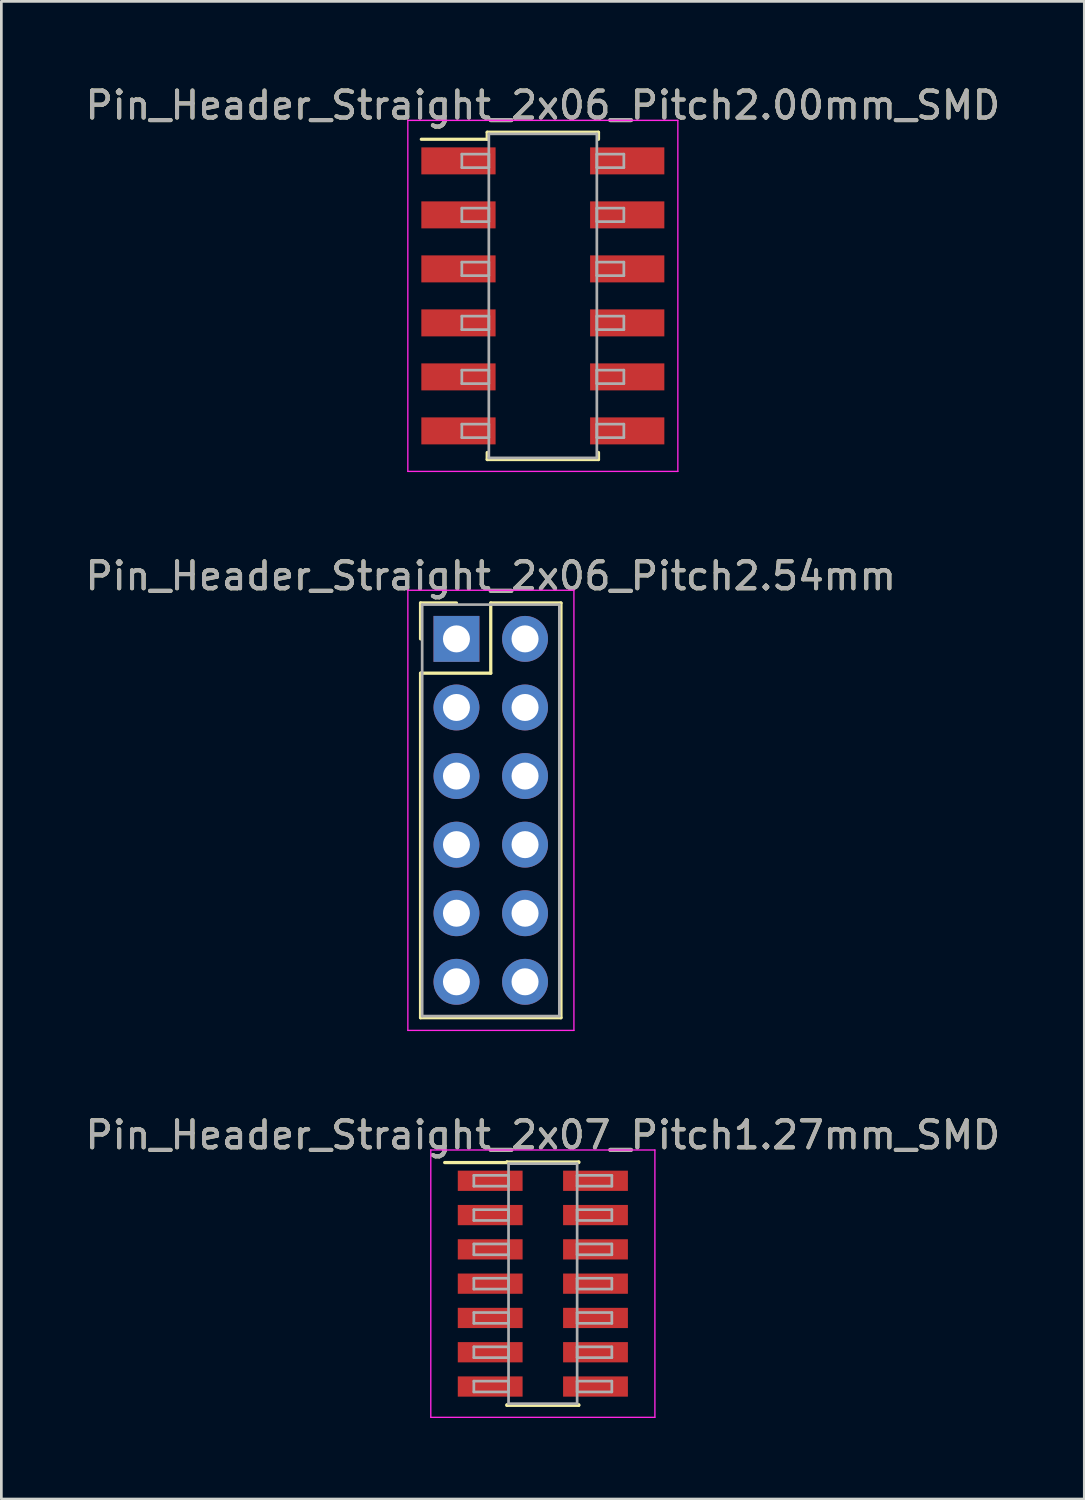
<source format=kicad_pcb>
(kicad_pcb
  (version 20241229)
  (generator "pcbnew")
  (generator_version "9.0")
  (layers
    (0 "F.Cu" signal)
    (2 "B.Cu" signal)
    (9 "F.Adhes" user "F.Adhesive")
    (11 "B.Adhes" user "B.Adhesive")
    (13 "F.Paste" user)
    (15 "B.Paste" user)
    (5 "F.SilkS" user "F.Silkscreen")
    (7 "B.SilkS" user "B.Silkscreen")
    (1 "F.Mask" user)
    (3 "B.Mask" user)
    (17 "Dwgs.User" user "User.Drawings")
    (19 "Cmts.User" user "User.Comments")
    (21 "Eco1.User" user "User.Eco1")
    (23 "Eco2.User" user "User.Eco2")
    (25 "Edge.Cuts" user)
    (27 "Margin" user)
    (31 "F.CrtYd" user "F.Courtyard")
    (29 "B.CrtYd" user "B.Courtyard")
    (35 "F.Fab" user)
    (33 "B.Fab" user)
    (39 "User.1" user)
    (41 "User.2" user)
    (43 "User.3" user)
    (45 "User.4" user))
  (footprint "Pin_Header_Straight_2x07_Pitch1.27mm_SMD"
    (layer "F.Cu")
    (at 17.054 44.49)
    (property "Reference" "Pin_Header_Straight_2x07_Pitch1.27mm_SMD" (at 0 -5.505 0) (layer "F.SilkS") (effects (font (size 1 1) (thickness 0.15))))
    (attr smd)
    (fp_line (start -3.635 -4.485) (end -1.33 -4.485) (stroke (width 0.12) (type solid)) (layer "F.SilkS"))
    (fp_line (start -1.33 -4.505) (end 1.33 -4.505) (stroke (width 0.12) (type solid)) (layer "F.SilkS"))
    (fp_line (start -1.33 -4.485) (end -1.33 -4.505) (stroke (width 0.12) (type solid)) (layer "F.SilkS"))
    (fp_line (start -1.33 4.485) (end -1.33 4.505) (stroke (width 0.12) (type solid)) (layer "F.SilkS"))
    (fp_line (start -1.33 4.505) (end 1.33 4.505) (stroke (width 0.12) (type solid)) (layer "F.SilkS"))
    (fp_line (start 1.33 -4.505) (end 1.33 -4.485) (stroke (width 0.12) (type solid)) (layer "F.SilkS"))
    (fp_line (start 1.33 4.505) (end 1.33 4.485) (stroke (width 0.12) (type solid)) (layer "F.SilkS"))
    (fp_line (start -4.15 -4.95) (end -4.15 4.95) (stroke (width 0.05) (type solid)) (layer "F.CrtYd"))
    (fp_line (start -4.15 4.95) (end 4.15 4.95) (stroke (width 0.05) (type solid)) (layer "F.CrtYd"))
    (fp_line (start 4.15 -4.95) (end -4.15 -4.95) (stroke (width 0.05) (type solid)) (layer "F.CrtYd"))
    (fp_line (start 4.15 4.95) (end 4.15 -4.95) (stroke (width 0.05) (type solid)) (layer "F.CrtYd"))
    (fp_line (start -2.555 -4.01) (end -1.27 -4.01) (stroke (width 0.1) (type solid)) (layer "F.Fab"))
    (fp_line (start -2.555 -3.61) (end -2.555 -4.01) (stroke (width 0.1) (type solid)) (layer "F.Fab"))
    (fp_line (start -2.555 -2.74) (end -1.27 -2.74) (stroke (width 0.1) (type solid)) (layer "F.Fab"))
    (fp_line (start -2.555 -2.34) (end -2.555 -2.74) (stroke (width 0.1) (type solid)) (layer "F.Fab"))
    (fp_line (start -2.555 -1.47) (end -1.27 -1.47) (stroke (width 0.1) (type solid)) (layer "F.Fab"))
    (fp_line (start -2.555 -1.07) (end -2.555 -1.47) (stroke (width 0.1) (type solid)) (layer "F.Fab"))
    (fp_line (start -2.555 -0.2) (end -1.27 -0.2) (stroke (width 0.1) (type solid)) (layer "F.Fab"))
    (fp_line (start -2.555 0.2) (end -2.555 -0.2) (stroke (width 0.1) (type solid)) (layer "F.Fab"))
    (fp_line (start -2.555 1.07) (end -1.27 1.07) (stroke (width 0.1) (type solid)) (layer "F.Fab"))
    (fp_line (start -2.555 1.47) (end -2.555 1.07) (stroke (width 0.1) (type solid)) (layer "F.Fab"))
    (fp_line (start -2.555 2.34) (end -1.27 2.34) (stroke (width 0.1) (type solid)) (layer "F.Fab"))
    (fp_line (start -2.555 2.74) (end -2.555 2.34) (stroke (width 0.1) (type solid)) (layer "F.Fab"))
    (fp_line (start -2.555 3.61) (end -1.27 3.61) (stroke (width 0.1) (type solid)) (layer "F.Fab"))
    (fp_line (start -2.555 4.01) (end -2.555 3.61) (stroke (width 0.1) (type solid)) (layer "F.Fab"))
    (fp_line (start -1.27 -4.445) (end -1.27 4.445) (stroke (width 0.1) (type solid)) (layer "F.Fab"))
    (fp_line (start -1.27 -4.01) (end -1.27 -3.61) (stroke (width 0.1) (type solid)) (layer "F.Fab"))
    (fp_line (start -1.27 -3.61) (end -2.555 -3.61) (stroke (width 0.1) (type solid)) (layer "F.Fab"))
    (fp_line (start -1.27 -2.74) (end -1.27 -2.34) (stroke (width 0.1) (type solid)) (layer "F.Fab"))
    (fp_line (start -1.27 -2.34) (end -2.555 -2.34) (stroke (width 0.1) (type solid)) (layer "F.Fab"))
    (fp_line (start -1.27 -1.47) (end -1.27 -1.07) (stroke (width 0.1) (type solid)) (layer "F.Fab"))
    (fp_line (start -1.27 -1.07) (end -2.555 -1.07) (stroke (width 0.1) (type solid)) (layer "F.Fab"))
    (fp_line (start -1.27 -0.2) (end -1.27 0.2) (stroke (width 0.1) (type solid)) (layer "F.Fab"))
    (fp_line (start -1.27 0.2) (end -2.555 0.2) (stroke (width 0.1) (type solid)) (layer "F.Fab"))
    (fp_line (start -1.27 1.07) (end -1.27 1.47) (stroke (width 0.1) (type solid)) (layer "F.Fab"))
    (fp_line (start -1.27 1.47) (end -2.555 1.47) (stroke (width 0.1) (type solid)) (layer "F.Fab"))
    (fp_line (start -1.27 2.34) (end -1.27 2.74) (stroke (width 0.1) (type solid)) (layer "F.Fab"))
    (fp_line (start -1.27 2.74) (end -2.555 2.74) (stroke (width 0.1) (type solid)) (layer "F.Fab"))
    (fp_line (start -1.27 3.61) (end -1.27 4.01) (stroke (width 0.1) (type solid)) (layer "F.Fab"))
    (fp_line (start -1.27 4.01) (end -2.555 4.01) (stroke (width 0.1) (type solid)) (layer "F.Fab"))
    (fp_line (start -1.27 4.445) (end 1.27 4.445) (stroke (width 0.1) (type solid)) (layer "F.Fab"))
    (fp_line (start 1.27 -4.445) (end -1.27 -4.445) (stroke (width 0.1) (type solid)) (layer "F.Fab"))
    (fp_line (start 1.27 -4.01) (end 1.27 -3.61) (stroke (width 0.1) (type solid)) (layer "F.Fab"))
    (fp_line (start 1.27 -3.61) (end 2.555 -3.61) (stroke (width 0.1) (type solid)) (layer "F.Fab"))
    (fp_line (start 1.27 -2.74) (end 1.27 -2.34) (stroke (width 0.1) (type solid)) (layer "F.Fab"))
    (fp_line (start 1.27 -2.34) (end 2.555 -2.34) (stroke (width 0.1) (type solid)) (layer "F.Fab"))
    (fp_line (start 1.27 -1.47) (end 1.27 -1.07) (stroke (width 0.1) (type solid)) (layer "F.Fab"))
    (fp_line (start 1.27 -1.07) (end 2.555 -1.07) (stroke (width 0.1) (type solid)) (layer "F.Fab"))
    (fp_line (start 1.27 -0.2) (end 1.27 0.2) (stroke (width 0.1) (type solid)) (layer "F.Fab"))
    (fp_line (start 1.27 0.2) (end 2.555 0.2) (stroke (width 0.1) (type solid)) (layer "F.Fab"))
    (fp_line (start 1.27 1.07) (end 1.27 1.47) (stroke (width 0.1) (type solid)) (layer "F.Fab"))
    (fp_line (start 1.27 1.47) (end 2.555 1.47) (stroke (width 0.1) (type solid)) (layer "F.Fab"))
    (fp_line (start 1.27 2.34) (end 1.27 2.74) (stroke (width 0.1) (type solid)) (layer "F.Fab"))
    (fp_line (start 1.27 2.74) (end 2.555 2.74) (stroke (width 0.1) (type solid)) (layer "F.Fab"))
    (fp_line (start 1.27 3.61) (end 1.27 4.01) (stroke (width 0.1) (type solid)) (layer "F.Fab"))
    (fp_line (start 1.27 4.01) (end 2.555 4.01) (stroke (width 0.1) (type solid)) (layer "F.Fab"))
    (fp_line (start 1.27 4.445) (end 1.27 -4.445) (stroke (width 0.1) (type solid)) (layer "F.Fab"))
    (fp_line (start 2.555 -4.01) (end 1.27 -4.01) (stroke (width 0.1) (type solid)) (layer "F.Fab"))
    (fp_line (start 2.555 -3.61) (end 2.555 -4.01) (stroke (width 0.1) (type solid)) (layer "F.Fab"))
    (fp_line (start 2.555 -2.74) (end 1.27 -2.74) (stroke (width 0.1) (type solid)) (layer "F.Fab"))
    (fp_line (start 2.555 -2.34) (end 2.555 -2.74) (stroke (width 0.1) (type solid)) (layer "F.Fab"))
    (fp_line (start 2.555 -1.47) (end 1.27 -1.47) (stroke (width 0.1) (type solid)) (layer "F.Fab"))
    (fp_line (start 2.555 -1.07) (end 2.555 -1.47) (stroke (width 0.1) (type solid)) (layer "F.Fab"))
    (fp_line (start 2.555 -0.2) (end 1.27 -0.2) (stroke (width 0.1) (type solid)) (layer "F.Fab"))
    (fp_line (start 2.555 0.2) (end 2.555 -0.2) (stroke (width 0.1) (type solid)) (layer "F.Fab"))
    (fp_line (start 2.555 1.07) (end 1.27 1.07) (stroke (width 0.1) (type solid)) (layer "F.Fab"))
    (fp_line (start 2.555 1.47) (end 2.555 1.07) (stroke (width 0.1) (type solid)) (layer "F.Fab"))
    (fp_line (start 2.555 2.34) (end 1.27 2.34) (stroke (width 0.1) (type solid)) (layer "F.Fab"))
    (fp_line (start 2.555 2.74) (end 2.555 2.34) (stroke (width 0.1) (type solid)) (layer "F.Fab"))
    (fp_line (start 2.555 3.61) (end 1.27 3.61) (stroke (width 0.1) (type solid)) (layer "F.Fab"))
    (fp_line (start 2.555 4.01) (end 2.555 3.61) (stroke (width 0.1) (type solid)) (layer "F.Fab"))
    (fp_text user "${REFERENCE}" (at 0 -5.505 0) (layer "F.Fab") (effects (font (size 1 1) (thickness 0.15))))
    (pad "1" smd rect (at -1.95 -3.81) (size 2.4 0.75) (layers "F.Cu" "F.Mask" "F.Paste"))
    (pad "2" smd rect (at 1.95 -3.81) (size 2.4 0.75) (layers "F.Cu" "F.Mask" "F.Paste"))
    (pad "3" smd rect (at -1.95 -2.54) (size 2.4 0.75) (layers "F.Cu" "F.Mask" "F.Paste"))
    (pad "4" smd rect (at 1.95 -2.54) (size 2.4 0.75) (layers "F.Cu" "F.Mask" "F.Paste"))
    (pad "5" smd rect (at -1.95 -1.27) (size 2.4 0.75) (layers "F.Cu" "F.Mask" "F.Paste"))
    (pad "6" smd rect (at 1.95 -1.27) (size 2.4 0.75) (layers "F.Cu" "F.Mask" "F.Paste"))
    (pad "7" smd rect (at -1.95 0) (size 2.4 0.75) (layers "F.Cu" "F.Mask" "F.Paste"))
    (pad "8" smd rect (at 1.95 0) (size 2.4 0.75) (layers "F.Cu" "F.Mask" "F.Paste"))
    (pad "9" smd rect (at -1.95 1.27) (size 2.4 0.75) (layers "F.Cu" "F.Mask" "F.Paste"))
    (pad "10" smd rect (at 1.95 1.27) (size 2.4 0.75) (layers "F.Cu" "F.Mask" "F.Paste"))
    (pad "11" smd rect (at -1.95 2.54) (size 2.4 0.75) (layers "F.Cu" "F.Mask" "F.Paste"))
    (pad "12" smd rect (at 1.95 2.54) (size 2.4 0.75) (layers "F.Cu" "F.Mask" "F.Paste"))
    (pad "13" smd rect (at -1.95 3.81) (size 2.4 0.75) (layers "F.Cu" "F.Mask" "F.Paste"))
    (pad "14" smd rect (at 1.95 3.81) (size 2.4 0.75) (layers "F.Cu" "F.Mask" "F.Paste")))
  (footprint "Pin_Header_Straight_2x06_Pitch2.00mm_SMD"
    (layer "F.Cu")
    (at 17.054 7.908)
    (property "Reference" "Pin_Header_Straight_2x06_Pitch2.00mm_SMD" (at 0 -7.06 0) (layer "F.SilkS") (effects (font (size 1 1) (thickness 0.15))))
    (attr smd)
    (fp_line (start -4.5 -5.8) (end -2.06 -5.8) (stroke (width 0.12) (type solid)) (layer "F.SilkS"))
    (fp_line (start -2.06 -6.06) (end 2.06 -6.06) (stroke (width 0.12) (type solid)) (layer "F.SilkS"))
    (fp_line (start -2.06 -5.8) (end -2.06 -6.06) (stroke (width 0.12) (type solid)) (layer "F.SilkS"))
    (fp_line (start -2.06 5.8) (end -2.06 6.06) (stroke (width 0.12) (type solid)) (layer "F.SilkS"))
    (fp_line (start -2.06 6.06) (end 2.06 6.06) (stroke (width 0.12) (type solid)) (layer "F.SilkS"))
    (fp_line (start 2.06 -6.06) (end 2.06 -5.8) (stroke (width 0.12) (type solid)) (layer "F.SilkS"))
    (fp_line (start 2.06 6.06) (end 2.06 5.8) (stroke (width 0.12) (type solid)) (layer "F.SilkS"))
    (fp_line (start -5 -6.5) (end -5 6.5) (stroke (width 0.05) (type solid)) (layer "F.CrtYd"))
    (fp_line (start -5 6.5) (end 5 6.5) (stroke (width 0.05) (type solid)) (layer "F.CrtYd"))
    (fp_line (start 5 -6.5) (end -5 -6.5) (stroke (width 0.05) (type solid)) (layer "F.CrtYd"))
    (fp_line (start 5 6.5) (end 5 -6.5) (stroke (width 0.05) (type solid)) (layer "F.CrtYd"))
    (fp_line (start -3 -5.25) (end -2 -5.25) (stroke (width 0.1) (type solid)) (layer "F.Fab"))
    (fp_line (start -3 -4.75) (end -3 -5.25) (stroke (width 0.1) (type solid)) (layer "F.Fab"))
    (fp_line (start -3 -3.25) (end -2 -3.25) (stroke (width 0.1) (type solid)) (layer "F.Fab"))
    (fp_line (start -3 -2.75) (end -3 -3.25) (stroke (width 0.1) (type solid)) (layer "F.Fab"))
    (fp_line (start -3 -1.25) (end -2 -1.25) (stroke (width 0.1) (type solid)) (layer "F.Fab"))
    (fp_line (start -3 -0.75) (end -3 -1.25) (stroke (width 0.1) (type solid)) (layer "F.Fab"))
    (fp_line (start -3 0.75) (end -2 0.75) (stroke (width 0.1) (type solid)) (layer "F.Fab"))
    (fp_line (start -3 1.25) (end -3 0.75) (stroke (width 0.1) (type solid)) (layer "F.Fab"))
    (fp_line (start -3 2.75) (end -2 2.75) (stroke (width 0.1) (type solid)) (layer "F.Fab"))
    (fp_line (start -3 3.25) (end -3 2.75) (stroke (width 0.1) (type solid)) (layer "F.Fab"))
    (fp_line (start -3 4.75) (end -2 4.75) (stroke (width 0.1) (type solid)) (layer "F.Fab"))
    (fp_line (start -3 5.25) (end -3 4.75) (stroke (width 0.1) (type solid)) (layer "F.Fab"))
    (fp_line (start -2 -6) (end -2 6) (stroke (width 0.1) (type solid)) (layer "F.Fab"))
    (fp_line (start -2 -5.25) (end -2 -4.75) (stroke (width 0.1) (type solid)) (layer "F.Fab"))
    (fp_line (start -2 -4.75) (end -3 -4.75) (stroke (width 0.1) (type solid)) (layer "F.Fab"))
    (fp_line (start -2 -3.25) (end -2 -2.75) (stroke (width 0.1) (type solid)) (layer "F.Fab"))
    (fp_line (start -2 -2.75) (end -3 -2.75) (stroke (width 0.1) (type solid)) (layer "F.Fab"))
    (fp_line (start -2 -1.25) (end -2 -0.75) (stroke (width 0.1) (type solid)) (layer "F.Fab"))
    (fp_line (start -2 -0.75) (end -3 -0.75) (stroke (width 0.1) (type solid)) (layer "F.Fab"))
    (fp_line (start -2 0.75) (end -2 1.25) (stroke (width 0.1) (type solid)) (layer "F.Fab"))
    (fp_line (start -2 1.25) (end -3 1.25) (stroke (width 0.1) (type solid)) (layer "F.Fab"))
    (fp_line (start -2 2.75) (end -2 3.25) (stroke (width 0.1) (type solid)) (layer "F.Fab"))
    (fp_line (start -2 3.25) (end -3 3.25) (stroke (width 0.1) (type solid)) (layer "F.Fab"))
    (fp_line (start -2 4.75) (end -2 5.25) (stroke (width 0.1) (type solid)) (layer "F.Fab"))
    (fp_line (start -2 5.25) (end -3 5.25) (stroke (width 0.1) (type solid)) (layer "F.Fab"))
    (fp_line (start -2 6) (end 2 6) (stroke (width 0.1) (type solid)) (layer "F.Fab"))
    (fp_line (start 2 -6) (end -2 -6) (stroke (width 0.1) (type solid)) (layer "F.Fab"))
    (fp_line (start 2 -5.25) (end 2 -4.75) (stroke (width 0.1) (type solid)) (layer "F.Fab"))
    (fp_line (start 2 -4.75) (end 3 -4.75) (stroke (width 0.1) (type solid)) (layer "F.Fab"))
    (fp_line (start 2 -3.25) (end 2 -2.75) (stroke (width 0.1) (type solid)) (layer "F.Fab"))
    (fp_line (start 2 -2.75) (end 3 -2.75) (stroke (width 0.1) (type solid)) (layer "F.Fab"))
    (fp_line (start 2 -1.25) (end 2 -0.75) (stroke (width 0.1) (type solid)) (layer "F.Fab"))
    (fp_line (start 2 -0.75) (end 3 -0.75) (stroke (width 0.1) (type solid)) (layer "F.Fab"))
    (fp_line (start 2 0.75) (end 2 1.25) (stroke (width 0.1) (type solid)) (layer "F.Fab"))
    (fp_line (start 2 1.25) (end 3 1.25) (stroke (width 0.1) (type solid)) (layer "F.Fab"))
    (fp_line (start 2 2.75) (end 2 3.25) (stroke (width 0.1) (type solid)) (layer "F.Fab"))
    (fp_line (start 2 3.25) (end 3 3.25) (stroke (width 0.1) (type solid)) (layer "F.Fab"))
    (fp_line (start 2 4.75) (end 2 5.25) (stroke (width 0.1) (type solid)) (layer "F.Fab"))
    (fp_line (start 2 5.25) (end 3 5.25) (stroke (width 0.1) (type solid)) (layer "F.Fab"))
    (fp_line (start 2 6) (end 2 -6) (stroke (width 0.1) (type solid)) (layer "F.Fab"))
    (fp_line (start 3 -5.25) (end 2 -5.25) (stroke (width 0.1) (type solid)) (layer "F.Fab"))
    (fp_line (start 3 -4.75) (end 3 -5.25) (stroke (width 0.1) (type solid)) (layer "F.Fab"))
    (fp_line (start 3 -3.25) (end 2 -3.25) (stroke (width 0.1) (type solid)) (layer "F.Fab"))
    (fp_line (start 3 -2.75) (end 3 -3.25) (stroke (width 0.1) (type solid)) (layer "F.Fab"))
    (fp_line (start 3 -1.25) (end 2 -1.25) (stroke (width 0.1) (type solid)) (layer "F.Fab"))
    (fp_line (start 3 -0.75) (end 3 -1.25) (stroke (width 0.1) (type solid)) (layer "F.Fab"))
    (fp_line (start 3 0.75) (end 2 0.75) (stroke (width 0.1) (type solid)) (layer "F.Fab"))
    (fp_line (start 3 1.25) (end 3 0.75) (stroke (width 0.1) (type solid)) (layer "F.Fab"))
    (fp_line (start 3 2.75) (end 2 2.75) (stroke (width 0.1) (type solid)) (layer "F.Fab"))
    (fp_line (start 3 3.25) (end 3 2.75) (stroke (width 0.1) (type solid)) (layer "F.Fab"))
    (fp_line (start 3 4.75) (end 2 4.75) (stroke (width 0.1) (type solid)) (layer "F.Fab"))
    (fp_line (start 3 5.25) (end 3 4.75) (stroke (width 0.1) (type solid)) (layer "F.Fab"))
    (fp_text user "${REFERENCE}" (at 0 -7.06 0) (layer "F.Fab") (effects (font (size 1 1) (thickness 0.15))))
    (pad "1" smd rect (at -3.125 -5) (size 2.75 1) (layers "F.Cu" "F.Mask" "F.Paste"))
    (pad "2" smd rect (at 3.125 -5) (size 2.75 1) (layers "F.Cu" "F.Mask" "F.Paste"))
    (pad "3" smd rect (at -3.125 -3) (size 2.75 1) (layers "F.Cu" "F.Mask" "F.Paste"))
    (pad "4" smd rect (at 3.125 -3) (size 2.75 1) (layers "F.Cu" "F.Mask" "F.Paste"))
    (pad "5" smd rect (at -3.125 -1) (size 2.75 1) (layers "F.Cu" "F.Mask" "F.Paste"))
    (pad "6" smd rect (at 3.125 -1) (size 2.75 1) (layers "F.Cu" "F.Mask" "F.Paste"))
    (pad "7" smd rect (at -3.125 1) (size 2.75 1) (layers "F.Cu" "F.Mask" "F.Paste"))
    (pad "8" smd rect (at 3.125 1) (size 2.75 1) (layers "F.Cu" "F.Mask" "F.Paste"))
    (pad "9" smd rect (at -3.125 3) (size 2.75 1) (layers "F.Cu" "F.Mask" "F.Paste"))
    (pad "10" smd rect (at 3.125 3) (size 2.75 1) (layers "F.Cu" "F.Mask" "F.Paste"))
    (pad "11" smd rect (at -3.125 5) (size 2.75 1) (layers "F.Cu" "F.Mask" "F.Paste"))
    (pad "12" smd rect (at 3.125 5) (size 2.75 1) (layers "F.Cu" "F.Mask" "F.Paste")))
  (footprint "Pin_Header_Straight_2x06_Pitch2.54mm"
    (layer "F.Cu")
    (at 13.855 20.611)
    (property "Reference" "Pin_Header_Straight_2x06_Pitch2.54mm" (at 1.27 -2.33 0) (layer "F.SilkS") (effects (font (size 1 1) (thickness 0.15))))
    (attr through_hole)
    (fp_line (start -1.33 -1.33) (end 0 -1.33) (stroke (width 0.12) (type solid)) (layer "F.SilkS"))
    (fp_line (start -1.33 0) (end -1.33 -1.33) (stroke (width 0.12) (type solid)) (layer "F.SilkS"))
    (fp_line (start -1.33 1.27) (end -1.33 14.03) (stroke (width 0.12) (type solid)) (layer "F.SilkS"))
    (fp_line (start -1.33 14.03) (end 3.87 14.03) (stroke (width 0.12) (type solid)) (layer "F.SilkS"))
    (fp_line (start 1.27 -1.33) (end 1.27 1.27) (stroke (width 0.12) (type solid)) (layer "F.SilkS"))
    (fp_line (start 1.27 1.27) (end -1.33 1.27) (stroke (width 0.12) (type solid)) (layer "F.SilkS"))
    (fp_line (start 3.87 -1.33) (end 1.27 -1.33) (stroke (width 0.12) (type solid)) (layer "F.SilkS"))
    (fp_line (start 3.87 14.03) (end 3.87 -1.33) (stroke (width 0.12) (type solid)) (layer "F.SilkS"))
    (fp_line (start -1.8 -1.8) (end -1.8 14.5) (stroke (width 0.05) (type solid)) (layer "F.CrtYd"))
    (fp_line (start -1.8 14.5) (end 4.35 14.5) (stroke (width 0.05) (type solid)) (layer "F.CrtYd"))
    (fp_line (start 4.35 -1.8) (end -1.8 -1.8) (stroke (width 0.05) (type solid)) (layer "F.CrtYd"))
    (fp_line (start 4.35 14.5) (end 4.35 -1.8) (stroke (width 0.05) (type solid)) (layer "F.CrtYd"))
    (fp_line (start -1.27 -1.27) (end -1.27 13.97) (stroke (width 0.1) (type solid)) (layer "F.Fab"))
    (fp_line (start -1.27 13.97) (end 3.81 13.97) (stroke (width 0.1) (type solid)) (layer "F.Fab"))
    (fp_line (start 3.81 -1.27) (end -1.27 -1.27) (stroke (width 0.1) (type solid)) (layer "F.Fab"))
    (fp_line (start 3.81 13.97) (end 3.81 -1.27) (stroke (width 0.1) (type solid)) (layer "F.Fab"))
    (fp_text user "${REFERENCE}" (at 1.27 -2.33 0) (layer "F.Fab") (effects (font (size 1 1) (thickness 0.15))))
    (pad "1" thru_hole rect (at 0 0) (size 1.7 1.7) (drill 1) (layers "*.Cu" "*.Mask"))
    (pad "2" thru_hole oval (at 2.54 0) (size 1.7 1.7) (drill 1) (layers "*.Cu" "*.Mask"))
    (pad "3" thru_hole oval (at 0 2.54) (size 1.7 1.7) (drill 1) (layers "*.Cu" "*.Mask"))
    (pad "4" thru_hole oval (at 2.54 2.54) (size 1.7 1.7) (drill 1) (layers "*.Cu" "*.Mask"))
    (pad "5" thru_hole oval (at 0 5.08) (size 1.7 1.7) (drill 1) (layers "*.Cu" "*.Mask"))
    (pad "6" thru_hole oval (at 2.54 5.08) (size 1.7 1.7) (drill 1) (layers "*.Cu" "*.Mask"))
    (pad "7" thru_hole oval (at 0 7.62) (size 1.7 1.7) (drill 1) (layers "*.Cu" "*.Mask"))
    (pad "8" thru_hole oval (at 2.54 7.62) (size 1.7 1.7) (drill 1) (layers "*.Cu" "*.Mask"))
    (pad "9" thru_hole oval (at 0 10.16) (size 1.7 1.7) (drill 1) (layers "*.Cu" "*.Mask"))
    (pad "10" thru_hole oval (at 2.54 10.16) (size 1.7 1.7) (drill 1) (layers "*.Cu" "*.Mask"))
    (pad "11" thru_hole oval (at 0 12.7) (size 1.7 1.7) (drill 1) (layers "*.Cu" "*.Mask"))
    (pad "12" thru_hole oval (at 2.54 12.7) (size 1.7 1.7) (drill 1) (layers "*.Cu" "*.Mask")))
  (gr_rect
    (start -3 -3)
    (end 37.107 52.465)
    (stroke (width 0.1) (type default))
    (fill no)
    (layer "Edge.Cuts")))
</source>
